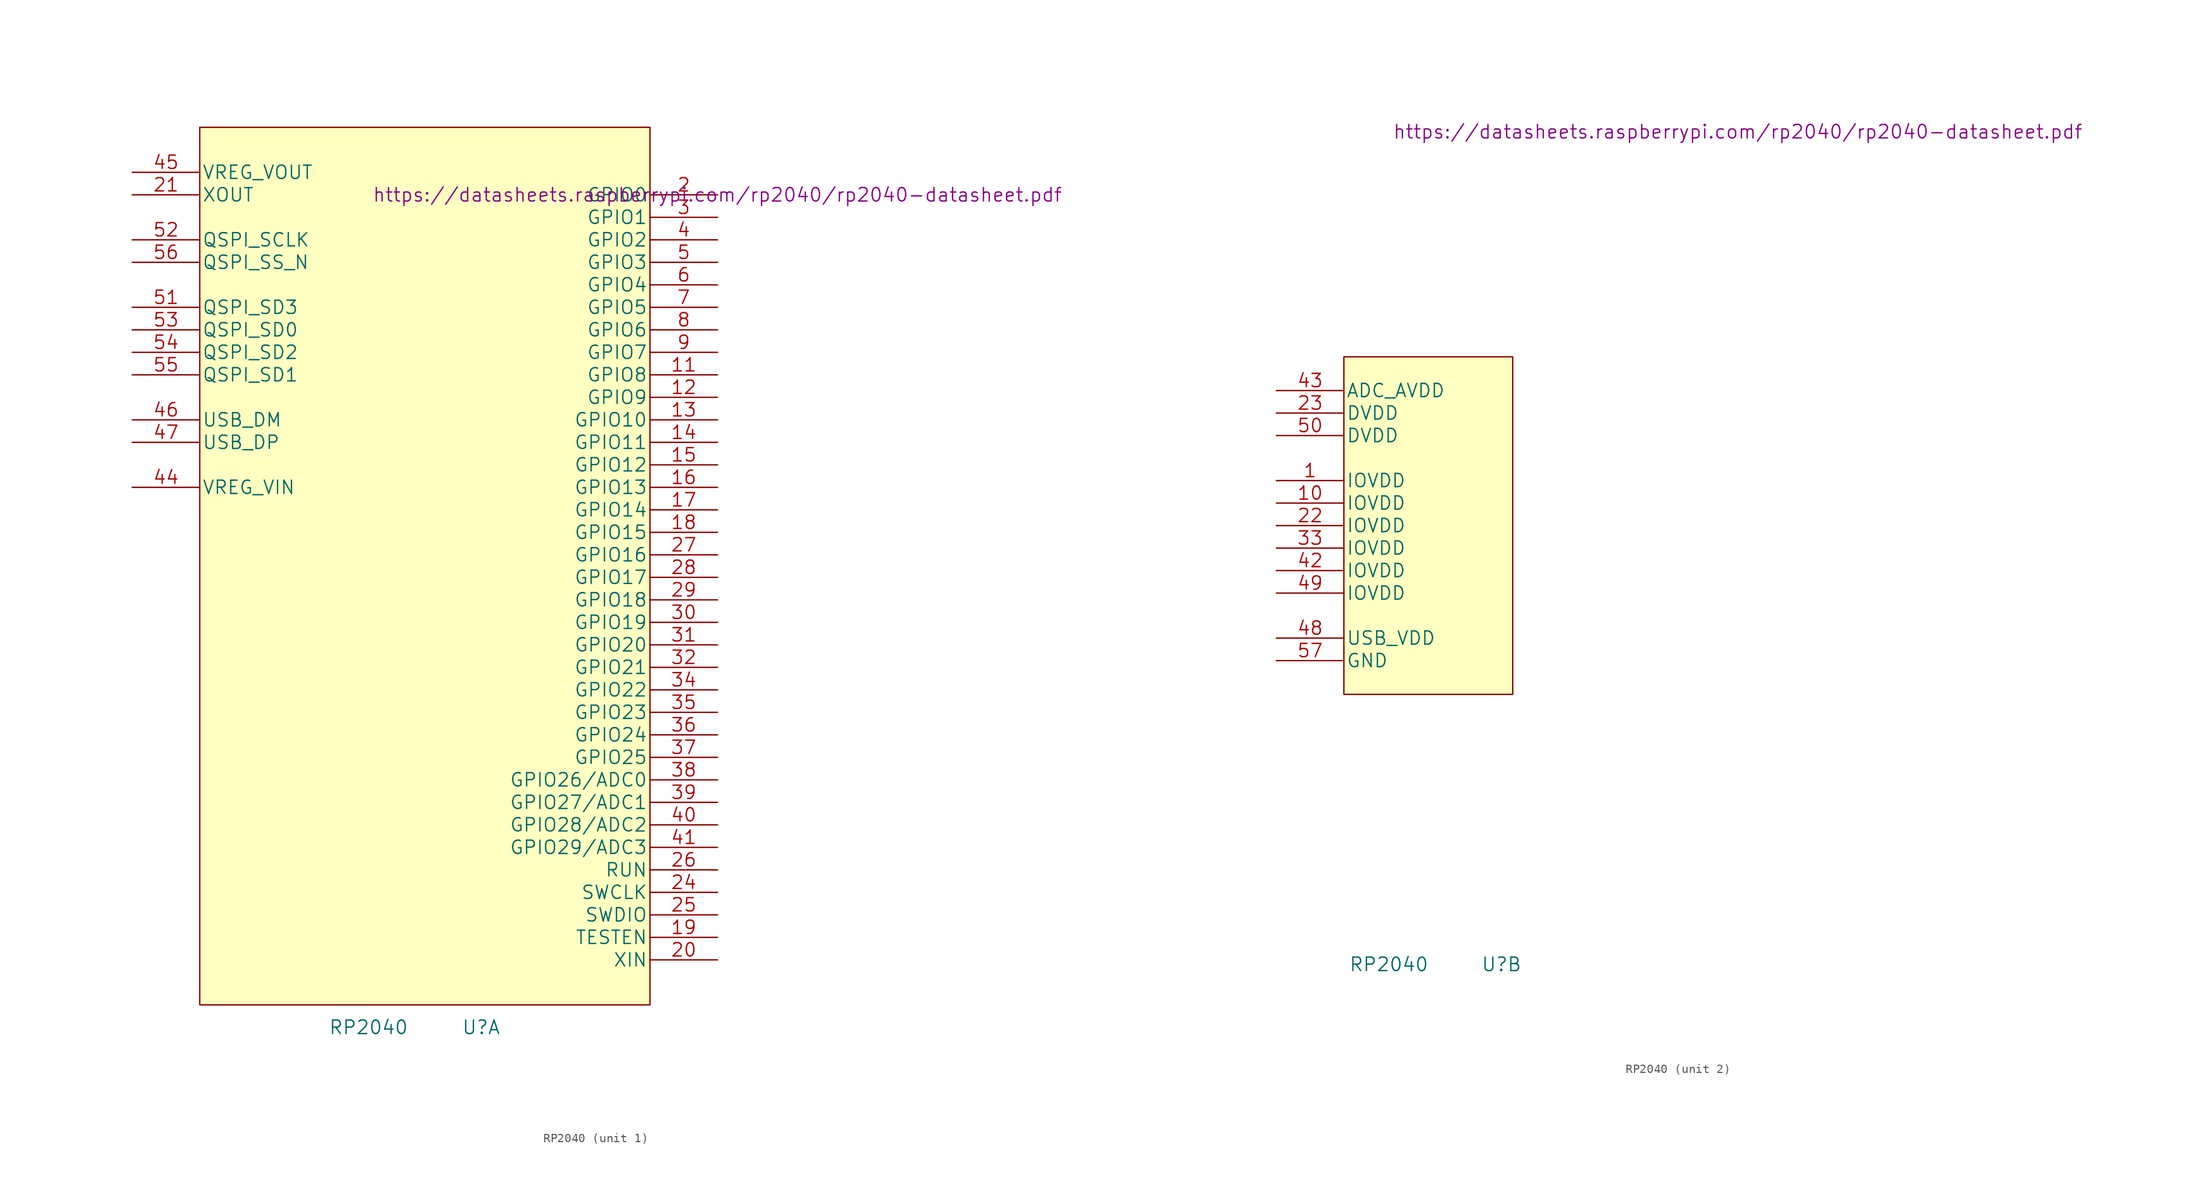
<source format=kicad_sym>
(kicad_symbol_lib
  (version 20211014)
  (generator kicad_symbol_editor)
  (symbol "RP2040"
    (pin_names
      (offset 0.254))
    (property "Reference" "U"
      (at 7.62 -48.26 0)
      (effects (font (size 1.524 1.524))))
    (property "Value" "RP2040"
      (at -5.08 -48.26 0)
      (effects (font (size 1.524 1.524))))
    (property "Datasheet" "https://datasheets.raspberrypi.com/rp2040/rp2040-datasheet.pdf"
      (at 34.29 45.72 0)
      (effects (font (size 1.524 1.524))))
    (property "ki_locked" ""
      (at 0 0 0)
      (effects (font (size 1.27 1.27))))
    (symbol "RP2040_1_1"
      (rectangle (start -24.13 -45.72) (end 26.67 53.34) (stroke (width 0.152) (type default) (color 0 0 0 0)) (fill (type background)))
      (pin bidirectional line (at 34.29 25.4 180) (length 7.62) (name "GPIO8" (effects (font (size 1.499 1.499)))) (number "11" (effects (font (size 1.499 1.499)))))
      (pin bidirectional line (at 34.29 22.86 180) (length 7.62) (name "GPIO9" (effects (font (size 1.499 1.499)))) (number "12" (effects (font (size 1.499 1.499)))))
      (pin bidirectional line (at 34.29 20.32 180) (length 7.62) (name "GPIO10" (effects (font (size 1.499 1.499)))) (number "13" (effects (font (size 1.499 1.499)))))
      (pin bidirectional line (at 34.29 17.78 180) (length 7.62) (name "GPIO11" (effects (font (size 1.499 1.499)))) (number "14" (effects (font (size 1.499 1.499)))))
      (pin bidirectional line (at 34.29 15.24 180) (length 7.62) (name "GPIO12" (effects (font (size 1.499 1.499)))) (number "15" (effects (font (size 1.499 1.499)))))
      (pin bidirectional line (at 34.29 12.7 180) (length 7.62) (name "GPIO13" (effects (font (size 1.499 1.499)))) (number "16" (effects (font (size 1.499 1.499)))))
      (pin bidirectional line (at 34.29 10.16 180) (length 7.62) (name "GPIO14" (effects (font (size 1.499 1.499)))) (number "17" (effects (font (size 1.499 1.499)))))
      (pin bidirectional line (at 34.29 7.62 180) (length 7.62) (name "GPIO15" (effects (font (size 1.499 1.499)))) (number "18" (effects (font (size 1.499 1.499)))))
      (pin unspecified line (at 34.29 -38.1 180) (length 7.62) (name "TESTEN" (effects (font (size 1.499 1.499)))) (number "19" (effects (font (size 1.499 1.499)))))
      (pin bidirectional line (at 34.29 45.72 180) (length 7.62) (name "GPIO0" (effects (font (size 1.499 1.499)))) (number "2" (effects (font (size 1.499 1.499)))))
      (pin unspecified line (at 34.29 -40.64 180) (length 7.62) (name "XIN" (effects (font (size 1.499 1.499)))) (number "20" (effects (font (size 1.499 1.499)))))
      (pin output line (at -31.75 45.72 0) (length 7.62) (name "XOUT" (effects (font (size 1.499 1.499)))) (number "21" (effects (font (size 1.499 1.499)))))
      (pin unspecified line (at 34.29 -33.02 180) (length 7.62) (name "SWCLK" (effects (font (size 1.499 1.499)))) (number "24" (effects (font (size 1.499 1.499)))))
      (pin unspecified line (at 34.29 -35.56 180) (length 7.62) (name "SWDIO" (effects (font (size 1.499 1.499)))) (number "25" (effects (font (size 1.499 1.499)))))
      (pin unspecified line (at 34.29 -30.48 180) (length 7.62) (name "RUN" (effects (font (size 1.499 1.499)))) (number "26" (effects (font (size 1.499 1.499)))))
      (pin bidirectional line (at 34.29 5.08 180) (length 7.62) (name "GPIO16" (effects (font (size 1.499 1.499)))) (number "27" (effects (font (size 1.499 1.499)))))
      (pin bidirectional line (at 34.29 2.54 180) (length 7.62) (name "GPIO17" (effects (font (size 1.499 1.499)))) (number "28" (effects (font (size 1.499 1.499)))))
      (pin bidirectional line (at 34.29 0 180) (length 7.62) (name "GPIO18" (effects (font (size 1.499 1.499)))) (number "29" (effects (font (size 1.499 1.499)))))
      (pin bidirectional line (at 34.29 43.18 180) (length 7.62) (name "GPIO1" (effects (font (size 1.499 1.499)))) (number "3" (effects (font (size 1.499 1.499)))))
      (pin bidirectional line (at 34.29 -2.54 180) (length 7.62) (name "GPIO19" (effects (font (size 1.499 1.499)))) (number "30" (effects (font (size 1.499 1.499)))))
      (pin bidirectional line (at 34.29 -5.08 180) (length 7.62) (name "GPIO20" (effects (font (size 1.499 1.499)))) (number "31" (effects (font (size 1.499 1.499)))))
      (pin bidirectional line (at 34.29 -7.62 180) (length 7.62) (name "GPIO21" (effects (font (size 1.499 1.499)))) (number "32" (effects (font (size 1.499 1.499)))))
      (pin bidirectional line (at 34.29 -10.16 180) (length 7.62) (name "GPIO22" (effects (font (size 1.499 1.499)))) (number "34" (effects (font (size 1.499 1.499)))))
      (pin bidirectional line (at 34.29 -12.7 180) (length 7.62) (name "GPIO23" (effects (font (size 1.499 1.499)))) (number "35" (effects (font (size 1.499 1.499)))))
      (pin bidirectional line (at 34.29 -15.24 180) (length 7.62) (name "GPIO24" (effects (font (size 1.499 1.499)))) (number "36" (effects (font (size 1.499 1.499)))))
      (pin bidirectional line (at 34.29 -17.78 180) (length 7.62) (name "GPIO25" (effects (font (size 1.499 1.499)))) (number "37" (effects (font (size 1.499 1.499)))))
      (pin bidirectional line (at 34.29 -20.32 180) (length 7.62) (name "GPIO26/ADC0" (effects (font (size 1.499 1.499)))) (number "38" (effects (font (size 1.499 1.499)))))
      (pin bidirectional line (at 34.29 -22.86 180) (length 7.62) (name "GPIO27/ADC1" (effects (font (size 1.499 1.499)))) (number "39" (effects (font (size 1.499 1.499)))))
      (pin bidirectional line (at 34.29 40.64 180) (length 7.62) (name "GPIO2" (effects (font (size 1.499 1.499)))) (number "4" (effects (font (size 1.499 1.499)))))
      (pin bidirectional line (at 34.29 -25.4 180) (length 7.62) (name "GPIO28/ADC2" (effects (font (size 1.499 1.499)))) (number "40" (effects (font (size 1.499 1.499)))))
      (pin bidirectional line (at 34.29 -27.94 180) (length 7.62) (name "GPIO29/ADC3" (effects (font (size 1.499 1.499)))) (number "41" (effects (font (size 1.499 1.499)))))
      (pin unspecified line (at -31.75 12.7 0) (length 7.62) (name "VREG_VIN" (effects (font (size 1.499 1.499)))) (number "44" (effects (font (size 1.499 1.499)))))
      (pin output line (at -31.75 48.26 0) (length 7.62) (name "VREG_VOUT" (effects (font (size 1.499 1.499)))) (number "45" (effects (font (size 1.499 1.499)))))
      (pin unspecified line (at -31.75 20.32 0) (length 7.62) (name "USB_DM" (effects (font (size 1.499 1.499)))) (number "46" (effects (font (size 1.499 1.499)))))
      (pin unspecified line (at -31.75 17.78 0) (length 7.62) (name "USB_DP" (effects (font (size 1.499 1.499)))) (number "47" (effects (font (size 1.499 1.499)))))
      (pin bidirectional line (at 34.29 38.1 180) (length 7.62) (name "GPIO3" (effects (font (size 1.499 1.499)))) (number "5" (effects (font (size 1.499 1.499)))))
      (pin bidirectional line (at -31.75 33.02 0) (length 7.62) (name "QSPI_SD3" (effects (font (size 1.499 1.499)))) (number "51" (effects (font (size 1.499 1.499)))))
      (pin unspecified line (at -31.75 40.64 0) (length 7.62) (name "QSPI_SCLK" (effects (font (size 1.499 1.499)))) (number "52" (effects (font (size 1.499 1.499)))))
      (pin bidirectional line (at -31.75 30.48 0) (length 7.62) (name "QSPI_SD0" (effects (font (size 1.499 1.499)))) (number "53" (effects (font (size 1.499 1.499)))))
      (pin bidirectional line (at -31.75 27.94 0) (length 7.62) (name "QSPI_SD2" (effects (font (size 1.499 1.499)))) (number "54" (effects (font (size 1.499 1.499)))))
      (pin bidirectional line (at -31.75 25.4 0) (length 7.62) (name "QSPI_SD1" (effects (font (size 1.499 1.499)))) (number "55" (effects (font (size 1.499 1.499)))))
      (pin unspecified line (at -31.75 38.1 0) (length 7.62) (name "QSPI_SS_N" (effects (font (size 1.499 1.499)))) (number "56" (effects (font (size 1.499 1.499)))))
      (pin bidirectional line (at 34.29 35.56 180) (length 7.62) (name "GPIO4" (effects (font (size 1.499 1.499)))) (number "6" (effects (font (size 1.499 1.499)))))
      (pin bidirectional line (at 34.29 33.02 180) (length 7.62) (name "GPIO5" (effects (font (size 1.499 1.499)))) (number "7" (effects (font (size 1.499 1.499)))))
      (pin bidirectional line (at 34.29 30.48 180) (length 7.62) (name "GPIO6" (effects (font (size 1.499 1.499)))) (number "8" (effects (font (size 1.499 1.499)))))
      (pin bidirectional line (at 34.29 27.94 180) (length 7.62) (name "GPIO7" (effects (font (size 1.499 1.499)))) (number "9" (effects (font (size 1.499 1.499))))))
    (symbol "RP2040_2_1"
      (rectangle (start -10.16 20.32) (end 8.89 -17.78) (stroke (width 0.152) (type default) (color 0 0 0 0)) (fill (type background)))
      (pin power_in line (at -17.78 6.35 0) (length 7.62) (name "IOVDD" (effects (font (size 1.499 1.499)))) (number "1" (effects (font (size 1.499 1.499)))))
      (pin power_in line (at -17.78 3.81 0) (length 7.62) (name "IOVDD" (effects (font (size 1.499 1.499)))) (number "10" (effects (font (size 1.499 1.499)))))
      (pin power_in line (at -17.78 1.27 0) (length 7.62) (name "IOVDD" (effects (font (size 1.499 1.499)))) (number "22" (effects (font (size 1.499 1.499)))))
      (pin power_in line (at -17.78 13.97 0) (length 7.62) (name "DVDD" (effects (font (size 1.499 1.499)))) (number "23" (effects (font (size 1.499 1.499)))))
      (pin power_in line (at -17.78 -1.27 0) (length 7.62) (name "IOVDD" (effects (font (size 1.499 1.499)))) (number "33" (effects (font (size 1.499 1.499)))))
      (pin power_in line (at -17.78 -3.81 0) (length 7.62) (name "IOVDD" (effects (font (size 1.499 1.499)))) (number "42" (effects (font (size 1.499 1.499)))))
      (pin power_in line (at -17.78 16.51 0) (length 7.62) (name "ADC_AVDD" (effects (font (size 1.499 1.499)))) (number "43" (effects (font (size 1.499 1.499)))))
      (pin power_in line (at -17.78 -11.43 0) (length 7.62) (name "USB_VDD" (effects (font (size 1.499 1.499)))) (number "48" (effects (font (size 1.499 1.499)))))
      (pin power_in line (at -17.78 -6.35 0) (length 7.62) (name "IOVDD" (effects (font (size 1.499 1.499)))) (number "49" (effects (font (size 1.499 1.499)))))
      (pin power_in line (at -17.78 11.43 0) (length 7.62) (name "DVDD" (effects (font (size 1.499 1.499)))) (number "50" (effects (font (size 1.499 1.499)))))
      (pin power_in line (at -17.78 -13.97 0) (length 7.62) (name "GND" (effects (font (size 1.499 1.499)))) (number "57" (effects (font (size 1.499 1.499))))))))
</source>
